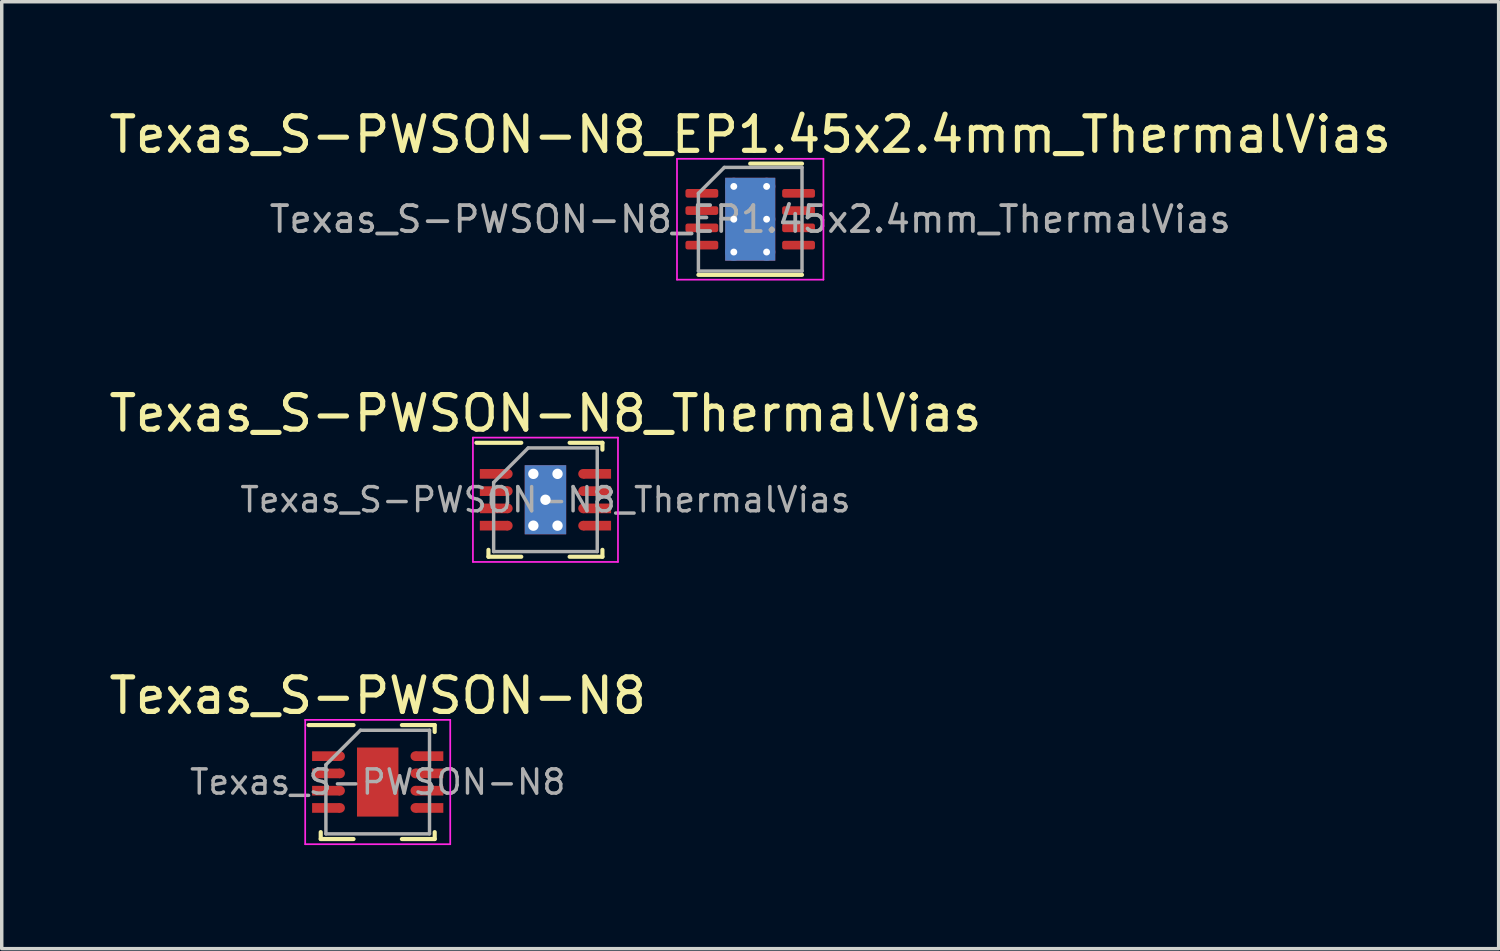
<source format=kicad_pcb>
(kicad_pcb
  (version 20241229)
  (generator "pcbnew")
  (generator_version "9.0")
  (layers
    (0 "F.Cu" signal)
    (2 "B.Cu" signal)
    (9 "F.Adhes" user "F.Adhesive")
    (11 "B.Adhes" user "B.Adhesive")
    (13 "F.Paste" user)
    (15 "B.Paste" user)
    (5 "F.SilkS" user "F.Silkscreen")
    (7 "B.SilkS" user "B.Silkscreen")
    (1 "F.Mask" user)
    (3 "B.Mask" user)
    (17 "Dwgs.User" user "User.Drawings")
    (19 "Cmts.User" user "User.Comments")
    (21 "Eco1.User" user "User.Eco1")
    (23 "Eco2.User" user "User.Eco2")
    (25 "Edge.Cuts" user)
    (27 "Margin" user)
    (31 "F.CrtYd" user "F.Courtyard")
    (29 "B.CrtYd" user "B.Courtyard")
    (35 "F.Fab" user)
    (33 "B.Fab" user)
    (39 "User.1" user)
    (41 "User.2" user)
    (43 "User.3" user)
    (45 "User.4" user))
  (footprint "Texas_S-PWSON-N8_ThermalVias"
    (layer "F.Cu")
    (at 12.744 11.421)
    (property "Reference" "Texas_S-PWSON-N8_ThermalVias" (at 0 -2.5 0) (layer "F.SilkS") (effects (font (size 1 1) (thickness 0.15))))
    (attr smd)
    (fp_line (start -2 -1.65) (end -0.7 -1.65) (stroke (width 0.12) (type solid)) (layer "F.SilkS"))
    (fp_line (start -1.65 1.65) (end -1.65 1.45) (stroke (width 0.12) (type solid)) (layer "F.SilkS"))
    (fp_line (start -1.65 1.65) (end -0.7 1.65) (stroke (width 0.12) (type solid)) (layer "F.SilkS"))
    (fp_line (start 0.7 -1.65) (end 1.65 -1.65) (stroke (width 0.12) (type solid)) (layer "F.SilkS"))
    (fp_line (start 0.7 1.65) (end 1.65 1.65) (stroke (width 0.12) (type solid)) (layer "F.SilkS"))
    (fp_line (start 1.65 -1.45) (end 1.65 -1.65) (stroke (width 0.12) (type solid)) (layer "F.SilkS"))
    (fp_line (start 1.65 1.45) (end 1.65 1.65) (stroke (width 0.12) (type solid)) (layer "F.SilkS"))
    (fp_line (start -2.1 -1.8) (end -2.1 1.8) (stroke (width 0.05) (type solid)) (layer "F.CrtYd"))
    (fp_line (start -2.1 -1.8) (end 2.1 -1.8) (stroke (width 0.05) (type solid)) (layer "F.CrtYd"))
    (fp_line (start -2.1 1.8) (end 2.1 1.8) (stroke (width 0.05) (type solid)) (layer "F.CrtYd"))
    (fp_line (start 2.1 -1.8) (end 2.1 1.8) (stroke (width 0.05) (type solid)) (layer "F.CrtYd"))
    (fp_line (start -1.5 1.5) (end -1.5 -0.5) (stroke (width 0.1) (type solid)) (layer "F.Fab"))
    (fp_line (start -0.5 -1.5) (end -1.5 -0.5) (stroke (width 0.1) (type solid)) (layer "F.Fab"))
    (fp_line (start -0.5 -1.5) (end 1.5 -1.5) (stroke (width 0.1) (type solid)) (layer "F.Fab"))
    (fp_line (start 1.5 -1.5) (end 1.5 1.5) (stroke (width 0.1) (type solid)) (layer "F.Fab"))
    (fp_line (start 1.5 1.5) (end -1.5 1.5) (stroke (width 0.1) (type solid)) (layer "F.Fab"))
    (fp_text user "${REFERENCE}" (at 0 0 0) (layer "F.Fab") (effects (font (size 0.7 0.7) (thickness 0.1))))
    (pad "1" smd rect (at -1.495 -0.75) (size 0.81 0.28) (layers "F.Cu" "F.Mask" "F.Paste"))
    (pad "1" smd oval (at -1.09 -0.75) (size 0.28 0.28) (layers "F.Cu" "F.Mask" "F.Paste"))
    (pad "2" smd rect (at -1.495 -0.25) (size 0.81 0.28) (layers "F.Cu" "F.Mask" "F.Paste"))
    (pad "2" smd oval (at -1.09 -0.25) (size 0.28 0.28) (layers "F.Cu" "F.Mask" "F.Paste"))
    (pad "3" smd rect (at -1.495 0.25) (size 0.81 0.28) (layers "F.Cu" "F.Mask" "F.Paste"))
    (pad "3" smd oval (at -1.09 0.25) (size 0.28 0.28) (layers "F.Cu" "F.Mask" "F.Paste"))
    (pad "4" smd rect (at -1.495 0.75) (size 0.81 0.28) (layers "F.Cu" "F.Mask" "F.Paste"))
    (pad "4" smd oval (at -1.09 0.75) (size 0.28 0.28) (layers "F.Cu" "F.Mask" "F.Paste"))
    (pad "5" smd oval (at 1.09 0.75) (size 0.28 0.28) (layers "F.Cu" "F.Mask" "F.Paste"))
    (pad "5" smd rect (at 1.495 0.75) (size 0.81 0.28) (layers "F.Cu" "F.Mask" "F.Paste"))
    (pad "6" smd oval (at 1.09 0.25) (size 0.28 0.28) (layers "F.Cu" "F.Mask" "F.Paste"))
    (pad "6" smd rect (at 1.495 0.25) (size 0.81 0.28) (layers "F.Cu" "F.Mask" "F.Paste"))
    (pad "7" smd oval (at 1.09 -0.25) (size 0.28 0.28) (layers "F.Cu" "F.Mask" "F.Paste"))
    (pad "7" smd rect (at 1.495 -0.25) (size 0.81 0.28) (layers "F.Cu" "F.Mask" "F.Paste"))
    (pad "8" smd oval (at 1.09 -0.75) (size 0.28 0.28) (layers "F.Cu" "F.Mask" "F.Paste"))
    (pad "8" smd rect (at 1.495 -0.75) (size 0.81 0.28) (layers "F.Cu" "F.Mask" "F.Paste"))
    (pad "9" thru_hole circle (at -0.35 -0.75) (size 0.45 0.45) (drill 0.3) (layers "*.Cu"))
    (pad "9" thru_hole circle (at -0.35 0.75) (size 0.45 0.45) (drill 0.3) (layers "*.Cu"))
    (pad "9" smd rect (at 0 -0.525) (size 1 0.85) (layers "F.Cu" "F.Mask" "F.Paste"))
    (pad "9" thru_hole circle (at 0 0) (size 0.45 0.45) (drill 0.3) (layers "*.Cu"))
    (pad "9" smd rect (at 0 0) (size 1.2 2) (layers "F.Cu" "F.Mask"))
    (pad "9" smd rect (at 0 0) (size 1.2 2) (layers "B.Cu"))
    (pad "9" smd rect (at 0 0.525) (size 1 0.85) (layers "F.Cu" "F.Mask" "F.Paste"))
    (pad "9" thru_hole circle (at 0.35 -0.75) (size 0.45 0.45) (drill 0.3) (layers "*.Cu"))
    (pad "9" thru_hole circle (at 0.35 0.75) (size 0.45 0.45) (drill 0.3) (layers "*.Cu")))
  (footprint "Texas_S-PWSON-N8"
    (layer "F.Cu")
    (at 7.887 19.595)
    (property "Reference" "Texas_S-PWSON-N8" (at 0 -2.5 0) (layer "F.SilkS") (effects (font (size 1 1) (thickness 0.15))))
    (attr smd)
    (fp_line (start -2 -1.65) (end -0.7 -1.65) (stroke (width 0.12) (type solid)) (layer "F.SilkS"))
    (fp_line (start -1.65 1.65) (end -1.65 1.45) (stroke (width 0.12) (type solid)) (layer "F.SilkS"))
    (fp_line (start -1.65 1.65) (end -0.7 1.65) (stroke (width 0.12) (type solid)) (layer "F.SilkS"))
    (fp_line (start 0.7 -1.65) (end 1.65 -1.65) (stroke (width 0.12) (type solid)) (layer "F.SilkS"))
    (fp_line (start 0.7 1.65) (end 1.65 1.65) (stroke (width 0.12) (type solid)) (layer "F.SilkS"))
    (fp_line (start 1.65 -1.45) (end 1.65 -1.65) (stroke (width 0.12) (type solid)) (layer "F.SilkS"))
    (fp_line (start 1.65 1.45) (end 1.65 1.65) (stroke (width 0.12) (type solid)) (layer "F.SilkS"))
    (fp_line (start -2.1 -1.8) (end -2.1 1.8) (stroke (width 0.05) (type solid)) (layer "F.CrtYd"))
    (fp_line (start -2.1 -1.8) (end 2.1 -1.8) (stroke (width 0.05) (type solid)) (layer "F.CrtYd"))
    (fp_line (start -2.1 1.8) (end 2.1 1.8) (stroke (width 0.05) (type solid)) (layer "F.CrtYd"))
    (fp_line (start 2.1 -1.8) (end 2.1 1.8) (stroke (width 0.05) (type solid)) (layer "F.CrtYd"))
    (fp_line (start -1.5 1.5) (end -1.5 -0.5) (stroke (width 0.1) (type solid)) (layer "F.Fab"))
    (fp_line (start -0.5 -1.5) (end -1.5 -0.5) (stroke (width 0.1) (type solid)) (layer "F.Fab"))
    (fp_line (start -0.5 -1.5) (end 1.5 -1.5) (stroke (width 0.1) (type solid)) (layer "F.Fab"))
    (fp_line (start 1.5 -1.5) (end 1.5 1.5) (stroke (width 0.1) (type solid)) (layer "F.Fab"))
    (fp_line (start 1.5 1.5) (end -1.5 1.5) (stroke (width 0.1) (type solid)) (layer "F.Fab"))
    (fp_text user "${REFERENCE}" (at 0 0 0) (layer "F.Fab") (effects (font (size 0.7 0.7) (thickness 0.1))))
    (pad "1" smd rect (at -1.495 -0.75) (size 0.81 0.28) (layers "F.Cu" "F.Mask" "F.Paste"))
    (pad "1" smd oval (at -1.09 -0.75) (size 0.28 0.28) (layers "F.Cu" "F.Mask" "F.Paste"))
    (pad "2" smd rect (at -1.495 -0.25) (size 0.81 0.28) (layers "F.Cu" "F.Mask" "F.Paste"))
    (pad "2" smd oval (at -1.09 -0.25) (size 0.28 0.28) (layers "F.Cu" "F.Mask" "F.Paste"))
    (pad "3" smd rect (at -1.495 0.25) (size 0.81 0.28) (layers "F.Cu" "F.Mask" "F.Paste"))
    (pad "3" smd oval (at -1.09 0.25) (size 0.28 0.28) (layers "F.Cu" "F.Mask" "F.Paste"))
    (pad "4" smd rect (at -1.495 0.75) (size 0.81 0.28) (layers "F.Cu" "F.Mask" "F.Paste"))
    (pad "4" smd oval (at -1.09 0.75) (size 0.28 0.28) (layers "F.Cu" "F.Mask" "F.Paste"))
    (pad "5" smd oval (at 1.09 0.75) (size 0.28 0.28) (layers "F.Cu" "F.Mask" "F.Paste"))
    (pad "5" smd rect (at 1.495 0.75) (size 0.81 0.28) (layers "F.Cu" "F.Mask" "F.Paste"))
    (pad "6" smd oval (at 1.09 0.25) (size 0.28 0.28) (layers "F.Cu" "F.Mask" "F.Paste"))
    (pad "6" smd rect (at 1.495 0.25) (size 0.81 0.28) (layers "F.Cu" "F.Mask" "F.Paste"))
    (pad "7" smd oval (at 1.09 -0.25) (size 0.28 0.28) (layers "F.Cu" "F.Mask" "F.Paste"))
    (pad "7" smd rect (at 1.495 -0.25) (size 0.81 0.28) (layers "F.Cu" "F.Mask" "F.Paste"))
    (pad "8" smd oval (at 1.09 -0.75) (size 0.28 0.28) (layers "F.Cu" "F.Mask" "F.Paste"))
    (pad "8" smd rect (at 1.495 -0.75) (size 0.81 0.28) (layers "F.Cu" "F.Mask" "F.Paste"))
    (pad "9" smd rect (at 0 -0.525) (size 1 0.85) (layers "F.Cu" "F.Mask" "F.Paste"))
    (pad "9" smd rect (at 0 0) (size 1.2 2) (layers "F.Cu" "F.Mask"))
    (pad "9" smd rect (at 0 0.525) (size 1 0.85) (layers "F.Cu" "F.Mask" "F.Paste")))
  (footprint "Texas_S-PWSON-N8_EP1.45x2.4mm_ThermalVias"
    (layer "F.Cu")
    (at 18.673 3.298)
    (property "Reference" "Texas_S-PWSON-N8_EP1.45x2.4mm_ThermalVias" (at 0 -2.45 0) (layer "F.SilkS") (effects (font (size 1 1) (thickness 0.15))))
    (attr smd)
    (fp_line (start -1.5 1.61) (end 1.5 1.61) (stroke (width 0.12) (type solid)) (layer "F.SilkS"))
    (fp_line (start 0 -1.61) (end 1.5 -1.61) (stroke (width 0.12) (type solid)) (layer "F.SilkS"))
    (fp_line (start -2.12 -1.75) (end -2.12 1.75) (stroke (width 0.05) (type solid)) (layer "F.CrtYd"))
    (fp_line (start -2.12 1.75) (end 2.12 1.75) (stroke (width 0.05) (type solid)) (layer "F.CrtYd"))
    (fp_line (start 2.12 -1.75) (end -2.12 -1.75) (stroke (width 0.05) (type solid)) (layer "F.CrtYd"))
    (fp_line (start 2.12 1.75) (end 2.12 -1.75) (stroke (width 0.05) (type solid)) (layer "F.CrtYd"))
    (fp_line (start -1.5 -0.75) (end -0.75 -1.5) (stroke (width 0.1) (type solid)) (layer "F.Fab"))
    (fp_line (start -1.5 1.5) (end -1.5 -0.75) (stroke (width 0.1) (type solid)) (layer "F.Fab"))
    (fp_line (start -0.75 -1.5) (end 1.5 -1.5) (stroke (width 0.1) (type solid)) (layer "F.Fab"))
    (fp_line (start 1.5 -1.5) (end 1.5 1.5) (stroke (width 0.1) (type solid)) (layer "F.Fab"))
    (fp_line (start 1.5 1.5) (end -1.5 1.5) (stroke (width 0.1) (type solid)) (layer "F.Fab"))
    (fp_text user "${REFERENCE}" (at 0 0 0) (layer "F.Fab") (effects (font (size 0.75 0.75) (thickness 0.11))))
    (pad "" smd roundrect (at 0 -0.6) (size 1.26 1.04) (layers "F.Paste") (roundrect_rratio 0.24))
    (pad "" smd roundrect (at 0 0.6) (size 1.26 1.04) (layers "F.Paste") (roundrect_rratio 0.24))
    (pad "1" smd roundrect (at -1.4 -0.75) (size 0.95 0.25) (layers "F.Cu" "F.Mask" "F.Paste") (roundrect_rratio 0.25))
    (pad "2" smd roundrect (at -1.4 -0.25) (size 0.95 0.25) (layers "F.Cu" "F.Mask" "F.Paste") (roundrect_rratio 0.25))
    (pad "3" smd roundrect (at -1.4 0.25) (size 0.95 0.25) (layers "F.Cu" "F.Mask" "F.Paste") (roundrect_rratio 0.25))
    (pad "4" smd roundrect (at -1.4 0.75) (size 0.95 0.25) (layers "F.Cu" "F.Mask" "F.Paste") (roundrect_rratio 0.25))
    (pad "5" smd roundrect (at 1.4 0.75) (size 0.95 0.25) (layers "F.Cu" "F.Mask" "F.Paste") (roundrect_rratio 0.25))
    (pad "6" smd roundrect (at 1.4 0.25) (size 0.95 0.25) (layers "F.Cu" "F.Mask" "F.Paste") (roundrect_rratio 0.25))
    (pad "7" smd roundrect (at 1.4 -0.25) (size 0.95 0.25) (layers "F.Cu" "F.Mask" "F.Paste") (roundrect_rratio 0.25))
    (pad "8" smd roundrect (at 1.4 -0.75) (size 0.95 0.25) (layers "F.Cu" "F.Mask" "F.Paste") (roundrect_rratio 0.25))
    (pad "9" thru_hole circle (at -0.475 -0.95) (size 0.5 0.5) (drill 0.2) (layers "*.Cu"))
    (pad "9" thru_hole circle (at -0.475 0) (size 0.5 0.5) (drill 0.2) (layers "*.Cu"))
    (pad "9" thru_hole circle (at -0.475 0.95) (size 0.5 0.5) (drill 0.2) (layers "*.Cu"))
    (pad "9" smd rect (at 0 0) (size 1.45 2.4) (layers "F.Cu" "F.Mask"))
    (pad "9" smd rect (at 0 0) (size 1.45 2.4) (layers "B.Cu"))
    (pad "9" thru_hole circle (at 0.475 -0.95) (size 0.5 0.5) (drill 0.2) (layers "*.Cu"))
    (pad "9" thru_hole circle (at 0.475 0) (size 0.5 0.5) (drill 0.2) (layers "*.Cu"))
    (pad "9" thru_hole circle (at 0.475 0.95) (size 0.5 0.5) (drill 0.2) (layers "*.Cu")))
  (gr_rect
    (start -3 -3)
    (end 40.345 24.42)
    (stroke (width 0.1) (type default))
    (fill no)
    (layer "Edge.Cuts")))
</source>
